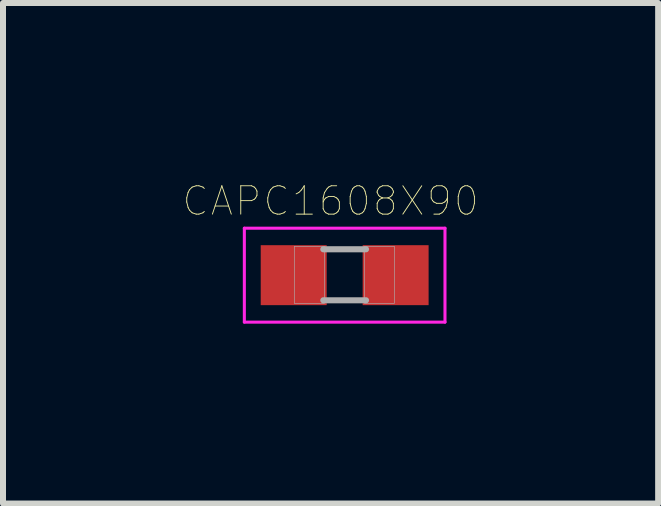
<source format=kicad_pcb>
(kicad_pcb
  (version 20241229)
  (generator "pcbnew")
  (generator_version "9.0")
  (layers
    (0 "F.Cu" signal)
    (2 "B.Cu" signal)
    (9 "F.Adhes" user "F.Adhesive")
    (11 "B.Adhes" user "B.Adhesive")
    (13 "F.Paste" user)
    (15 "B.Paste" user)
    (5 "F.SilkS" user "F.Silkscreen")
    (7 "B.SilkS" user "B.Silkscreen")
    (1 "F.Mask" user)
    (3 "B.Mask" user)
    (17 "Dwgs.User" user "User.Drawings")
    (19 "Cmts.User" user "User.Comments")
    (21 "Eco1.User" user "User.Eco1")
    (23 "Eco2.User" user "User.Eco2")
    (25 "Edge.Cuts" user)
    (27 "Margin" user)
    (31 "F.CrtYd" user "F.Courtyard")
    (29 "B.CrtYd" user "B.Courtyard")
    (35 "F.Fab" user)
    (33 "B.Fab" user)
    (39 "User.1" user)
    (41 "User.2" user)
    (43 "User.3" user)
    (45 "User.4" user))
  (footprint "CAPC1608X90"
    (layer "F.Cu")
    (at 2.698 1.539)
    (property "Reference" "CAPC1608X90" (at -0.235 -1.236 0) (layer "F.SilkS") (effects (font (size 0.473 0.473) (thickness 0.015))))
    (attr through_hole)
    (fp_line (start -1.673 -0.783) (end 1.673 -0.783) (stroke (width 0.051) (type solid)) (layer "F.CrtYd"))
    (fp_line (start -1.673 0.783) (end -1.673 -0.783) (stroke (width 0.051) (type solid)) (layer "F.CrtYd"))
    (fp_line (start 1.673 -0.783) (end 1.673 0.783) (stroke (width 0.051) (type solid)) (layer "F.CrtYd"))
    (fp_line (start 1.673 0.783) (end -1.673 0.783) (stroke (width 0.051) (type solid)) (layer "F.CrtYd"))
    (fp_line (start -0.356 -0.432) (end 0.356 -0.432) (stroke (width 0.102) (type solid)) (layer "F.Fab"))
    (fp_line (start -0.356 0.419) (end 0.356 0.419) (stroke (width 0.102) (type solid)) (layer "F.Fab"))
    (fp_poly (pts (xy -0.84 -0.48) (xy -0.338 -0.48) (xy -0.338 0.471) (xy -0.84 0.471)) (stroke (width 0.01) (type solid)) (fill no) (layer "F.Fab"))
    (fp_poly (pts (xy 0.33 -0.48) (xy 0.83 -0.48) (xy 0.83 0.47) (xy 0.33 0.47)) (stroke (width 0.01) (type solid)) (fill no) (layer "F.Fab"))
    (pad "1" smd rect (at -0.85 0) (size 1.1 1) (layers "F.Cu" "F.Mask" "F.Paste"))
    (pad "2" smd rect (at 0.85 0) (size 1.1 1) (layers "F.Cu" "F.Mask" "F.Paste")))
  (gr_rect
    (start -3 -3)
    (end 7.926 5.347)
    (stroke (width 0.1) (type default))
    (fill no)
    (layer "Edge.Cuts")))
</source>
